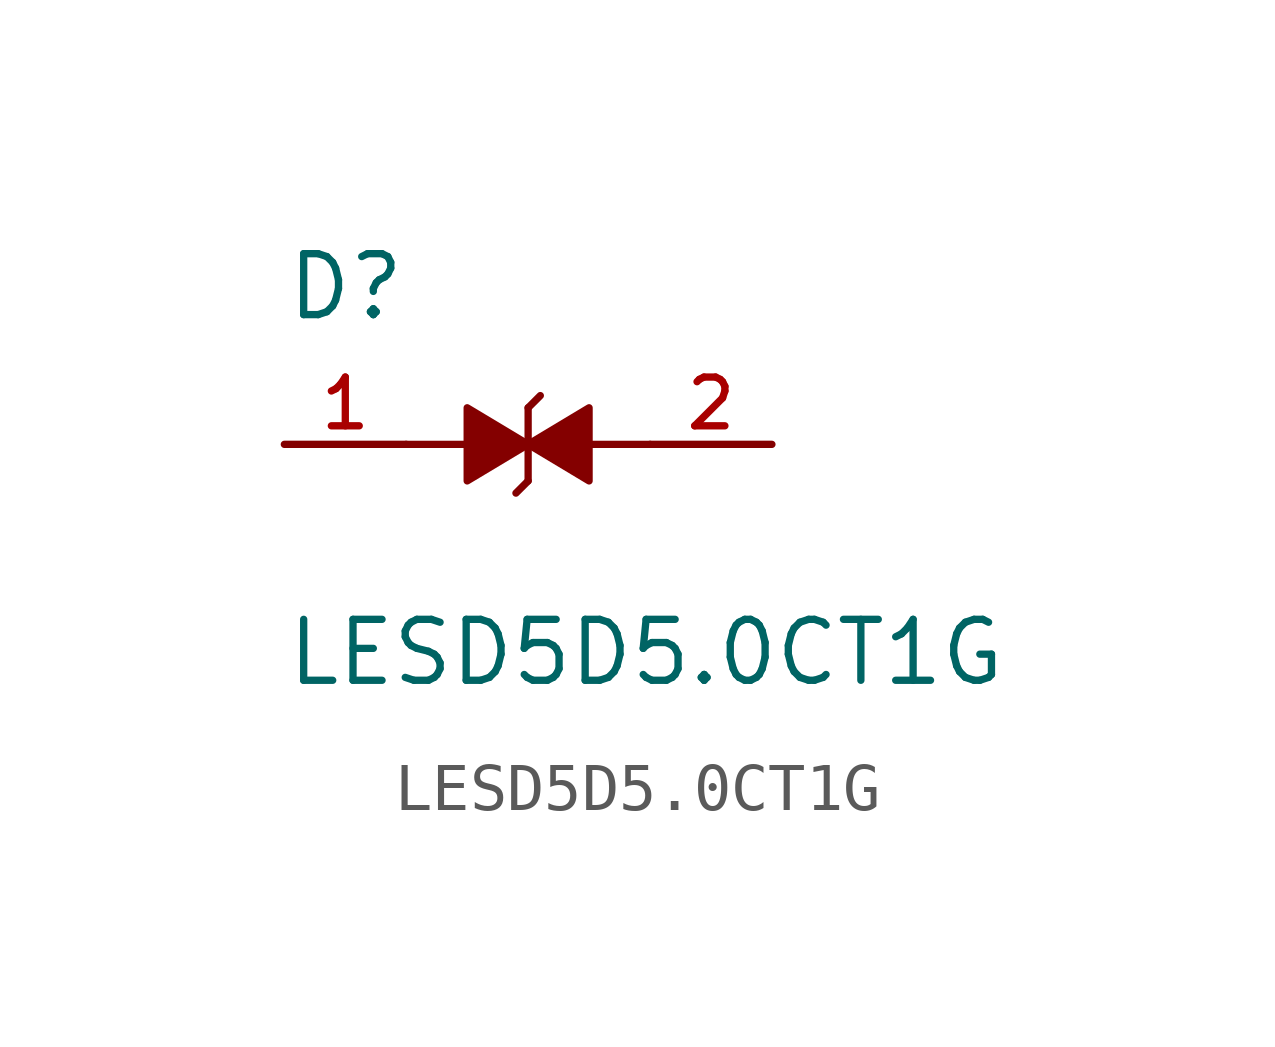
<source format=kicad_sym>
(kicad_symbol_lib
  (version 20211014)
  (generator kicad_symbol_editor)
  (symbol "LESD5D5.0CT1G"
    (pin_names
      (offset 1.016))
    (property "Reference" "D"
      (at -5.08 2.54 0)
      (effects (font (size 1.27 1.27)) (justify bottom left)))
    (property "Value" "LESD5D5.0CT1G"
      (at -5.08 -5.08 0)
      (effects (font (size 1.27 1.27)) (justify bottom left)))
    (symbol "LESD5D5.0CT1G_0_0"
      (polyline (pts (xy 0.0 0.0) (xy -1.27 -0.762) (xy -1.27 0.762) (xy 0.0 0.0)) (stroke (width 0.152)) (fill (type outline)))
      (polyline (pts (xy 0.0 -0.762) (xy 0.0 0.762)) (stroke (width 0.152)))
      (polyline (pts (xy 0.0 0.0) (xy 1.27 0.762) (xy 1.27 -0.762) (xy 0.0 0.0)) (stroke (width 0.152)) (fill (type outline)))
      (polyline (pts (xy 0.0 -0.762) (xy -0.254 -1.016)) (stroke (width 0.152)))
      (polyline (pts (xy 0.0 0.762) (xy 0.254 1.016)) (stroke (width 0.152)))
      (polyline (pts (xy 1.27 0.0) (xy 2.54 0.0)) (stroke (width 0.152)))
      (polyline (pts (xy -1.27 0.0) (xy -2.54 0.0)) (stroke (width 0.152)))
      (pin passive line (at -5.08 0.0 0) (length 2.54) (name "~" (effects (font (size 1.016 1.016)))) (number "1" (effects (font (size 1.016 1.016)))))
      (pin passive line (at 5.08 0.0 180.0) (length 2.54) (name "~" (effects (font (size 1.016 1.016)))) (number "2" (effects (font (size 1.016 1.016))))))))
</source>
